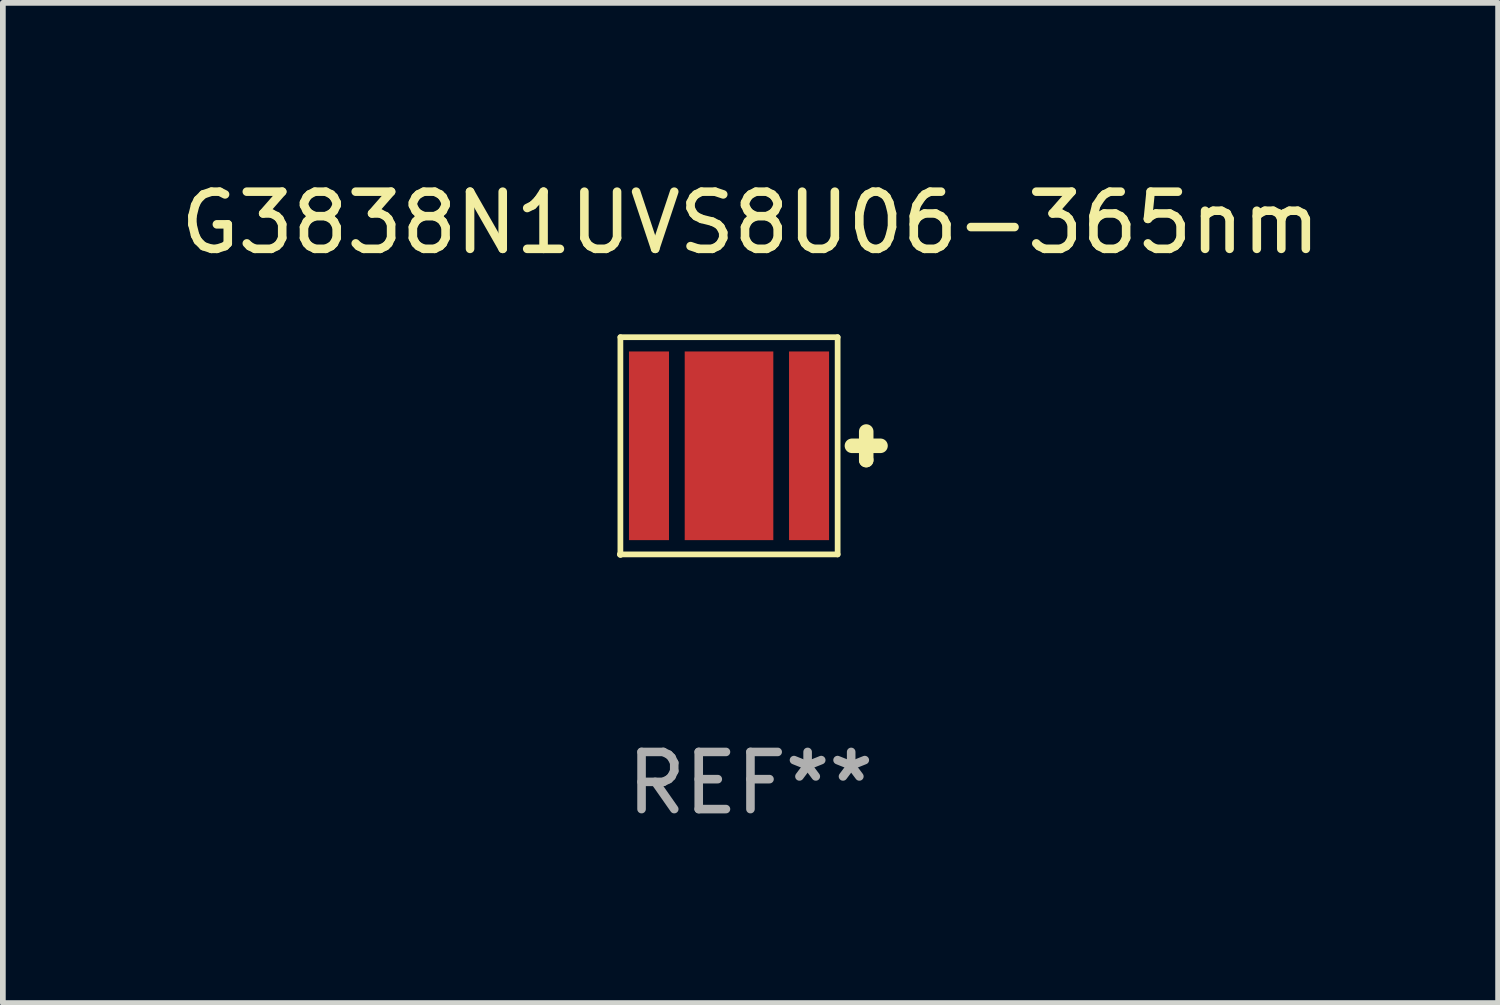
<source format=kicad_pcb>
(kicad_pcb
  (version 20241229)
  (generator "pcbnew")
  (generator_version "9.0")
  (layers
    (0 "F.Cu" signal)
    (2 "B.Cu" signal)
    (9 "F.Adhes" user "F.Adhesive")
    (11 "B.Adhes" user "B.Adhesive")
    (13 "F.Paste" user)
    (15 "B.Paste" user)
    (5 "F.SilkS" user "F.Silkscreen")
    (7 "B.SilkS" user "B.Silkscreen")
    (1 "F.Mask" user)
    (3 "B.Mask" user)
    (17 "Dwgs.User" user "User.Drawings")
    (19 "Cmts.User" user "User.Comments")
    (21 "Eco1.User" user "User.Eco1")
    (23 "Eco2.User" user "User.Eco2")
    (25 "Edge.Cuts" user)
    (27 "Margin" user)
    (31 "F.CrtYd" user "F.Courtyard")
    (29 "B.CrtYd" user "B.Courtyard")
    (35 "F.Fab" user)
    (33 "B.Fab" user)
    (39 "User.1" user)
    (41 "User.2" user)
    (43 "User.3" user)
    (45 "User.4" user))
  (footprint "G3838N1UVS8U06-365nm"
    (layer "F.Cu")
    (at 10.077 4.748)
    (property "Reference" "G3838N1UVS8U06-365nm" (at 0 -3.9 0) (layer "F.SilkS") (effects (font (size 1 1) (thickness 0.15))))
    (attr through_hole)
    (fp_line (start -2.275 -1.9) (end 1.525 -1.9) (stroke (width 0.1) (type solid)) (layer "F.SilkS"))
    (fp_line (start -2.275 1.9) (end -2.275 -1.9) (stroke (width 0.1) (type solid)) (layer "F.SilkS"))
    (fp_line (start 1.525 -1.9) (end 1.525 1.9) (stroke (width 0.1) (type solid)) (layer "F.SilkS"))
    (fp_line (start 1.525 1.9) (end -2.275 1.9) (stroke (width 0.1) (type solid)) (layer "F.SilkS"))
    (fp_line (start 1.775 0) (end 2.275 0) (stroke (width 0.254) (type solid)) (layer "F.SilkS"))
    (fp_line (start 2.025 0.25) (end 2.025 0.25) (stroke (width 0.254) (type solid)) (layer "F.SilkS"))
    (fp_line (start 2.025 -0.25) (end 2.025 0.25) (stroke (width 0.254) (type solid)) (layer "F.SilkS"))
    (fp_circle (center -2.275 1.9) (end -2.245 1.9) (stroke (width 0.06) (type solid)) (fill no) (layer "F.SilkS"))
    (fp_text user "REF**" (at 0 5.9 0) (layer "F.Fab") (effects (font (size 1 1) (thickness 0.15))))
    (pad "1" smd rect (at -1.775 0) (size 0.7 3.3) (layers "F.Cu" "F.Mask" "F.Paste"))
    (pad "2" smd rect (at 1.025 0) (size 0.7 3.3) (layers "F.Cu" "F.Mask" "F.Paste"))
    (pad "3" smd rect (at -0.375 0) (size 1.55 3.3) (layers "F.Cu" "F.Mask" "F.Paste")))
  (gr_rect
    (start -3 -3)
    (end 23.155 14.496)
    (stroke (width 0.1) (type default))
    (fill no)
    (layer "Edge.Cuts")))
</source>
